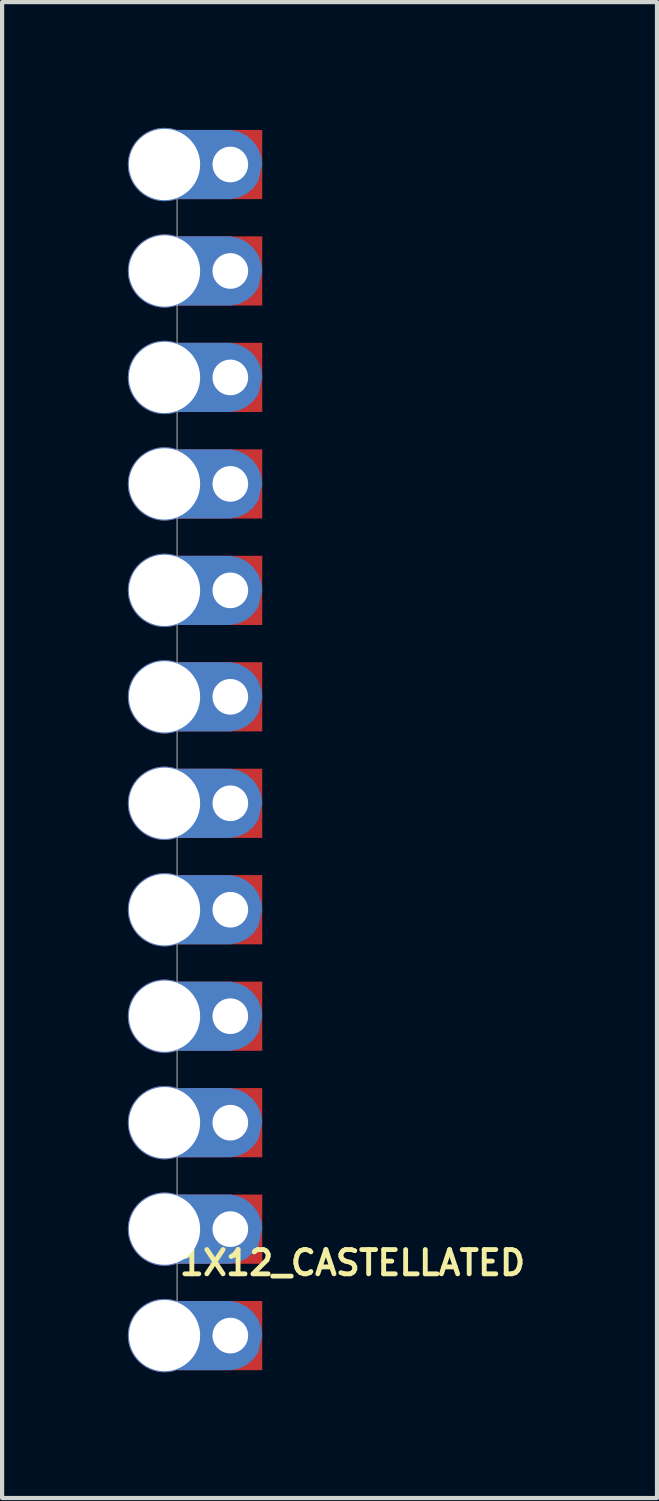
<source format=kicad_pcb>
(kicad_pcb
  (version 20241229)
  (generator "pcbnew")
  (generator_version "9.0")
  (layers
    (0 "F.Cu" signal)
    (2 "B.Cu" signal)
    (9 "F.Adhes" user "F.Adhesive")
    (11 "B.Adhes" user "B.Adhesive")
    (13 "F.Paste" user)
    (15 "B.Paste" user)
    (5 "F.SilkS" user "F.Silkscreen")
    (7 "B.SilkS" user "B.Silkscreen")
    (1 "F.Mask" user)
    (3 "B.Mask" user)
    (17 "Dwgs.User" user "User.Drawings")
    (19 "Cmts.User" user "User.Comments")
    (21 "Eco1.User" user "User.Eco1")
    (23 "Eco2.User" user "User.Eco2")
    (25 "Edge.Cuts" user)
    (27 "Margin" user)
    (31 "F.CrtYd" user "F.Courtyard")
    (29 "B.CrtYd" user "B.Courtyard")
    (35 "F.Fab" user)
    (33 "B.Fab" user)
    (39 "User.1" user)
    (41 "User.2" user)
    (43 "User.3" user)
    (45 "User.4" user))
  (footprint "1X12_CASTELLATED"
    (layer "F.Cu")
    (at 2.445 28.815)
    (property "Reference" "1X12_CASTELLATED" (at -1.27 -1.397 180) (layer "F.SilkS") (effects (font (size 0.579 0.579) (thickness 0.116)) (justify left bottom)))
    (attr through_hole)
    (fp_poly (pts (xy -1.27 -28.765) (xy 0.762 -28.765) (xy 0.762 -27.94) (xy 0.762 -27.114) (xy -1.27 -27.114)) (stroke (width 0) (type solid)) (fill yes) (layer "F.Cu"))
    (fp_poly (pts (xy -1.27 -26.226) (xy 0.762 -26.226) (xy 0.762 -25.4) (xy 0.762 -24.575) (xy -1.27 -24.575)) (stroke (width 0) (type solid)) (fill yes) (layer "F.Cu"))
    (fp_poly (pts (xy -1.27 -23.686) (xy 0.762 -23.686) (xy 0.762 -22.86) (xy 0.762 -22.035) (xy -1.27 -22.035)) (stroke (width 0) (type solid)) (fill yes) (layer "F.Cu"))
    (fp_poly (pts (xy -1.27 -21.145) (xy 0.762 -21.145) (xy 0.762 -20.32) (xy 0.762 -19.494) (xy -1.27 -19.494)) (stroke (width 0) (type solid)) (fill yes) (layer "F.Cu"))
    (fp_poly (pts (xy -1.27 -18.605) (xy 0.762 -18.605) (xy 0.762 -17.78) (xy 0.762 -16.954) (xy -1.27 -16.954)) (stroke (width 0) (type solid)) (fill yes) (layer "F.Cu"))
    (fp_poly (pts (xy -1.27 -16.066) (xy 0.762 -16.066) (xy 0.762 -15.24) (xy 0.762 -14.415) (xy -1.27 -14.415)) (stroke (width 0) (type solid)) (fill yes) (layer "F.Cu"))
    (fp_poly (pts (xy -1.27 -13.525) (xy 0.762 -13.525) (xy 0.762 -12.7) (xy 0.762 -11.874) (xy -1.27 -11.874)) (stroke (width 0) (type solid)) (fill yes) (layer "F.Cu"))
    (fp_poly (pts (xy -1.27 -10.986) (xy 0.762 -10.986) (xy 0.762 -10.16) (xy 0.762 -9.335) (xy -1.27 -9.335)) (stroke (width 0) (type solid)) (fill yes) (layer "F.Cu"))
    (fp_poly (pts (xy -1.27 -8.445) (xy 0.762 -8.445) (xy 0.762 -7.62) (xy 0.762 -6.795) (xy -1.27 -6.795)) (stroke (width 0) (type solid)) (fill yes) (layer "F.Cu"))
    (fp_poly (pts (xy -1.27 -5.905) (xy 0.762 -5.905) (xy 0.762 -5.08) (xy 0.762 -4.255) (xy -1.27 -4.255)) (stroke (width 0) (type solid)) (fill yes) (layer "F.Cu"))
    (fp_poly (pts (xy -1.27 -3.365) (xy 0.762 -3.365) (xy 0.762 -2.54) (xy 0.762 -1.714) (xy -1.27 -1.714)) (stroke (width 0) (type solid)) (fill yes) (layer "F.Cu"))
    (fp_poly (pts (xy -1.27 -0.826) (xy 0.762 -0.826) (xy 0.762 0) (xy 0.762 0.826) (xy -1.27 0.826)) (stroke (width 0) (type solid)) (fill yes) (layer "F.Cu"))
    (fp_poly (pts (xy -1.27 -28.765) (xy 0.762 -28.765) (xy 0.762 -27.94) (xy 0.762 -27.114) (xy -1.27 -27.114)) (stroke (width 0) (type solid)) (fill yes) (layer "F.Mask"))
    (fp_poly (pts (xy -1.27 -26.226) (xy 0.762 -26.226) (xy 0.762 -25.4) (xy 0.762 -24.575) (xy -1.27 -24.575)) (stroke (width 0) (type solid)) (fill yes) (layer "F.Mask"))
    (fp_poly (pts (xy -1.27 -23.686) (xy 0.762 -23.686) (xy 0.762 -22.86) (xy 0.762 -22.035) (xy -1.27 -22.035)) (stroke (width 0) (type solid)) (fill yes) (layer "F.Mask"))
    (fp_poly (pts (xy -1.27 -21.145) (xy 0.762 -21.145) (xy 0.762 -20.32) (xy 0.762 -19.494) (xy -1.27 -19.494)) (stroke (width 0) (type solid)) (fill yes) (layer "F.Mask"))
    (fp_poly (pts (xy -1.27 -18.605) (xy 0.762 -18.605) (xy 0.762 -17.78) (xy 0.762 -16.954) (xy -1.27 -16.954)) (stroke (width 0) (type solid)) (fill yes) (layer "F.Mask"))
    (fp_poly (pts (xy -1.27 -16.066) (xy 0.762 -16.066) (xy 0.762 -15.24) (xy 0.762 -14.415) (xy -1.27 -14.415)) (stroke (width 0) (type solid)) (fill yes) (layer "F.Mask"))
    (fp_poly (pts (xy -1.27 -13.525) (xy 0.762 -13.525) (xy 0.762 -12.7) (xy 0.762 -11.874) (xy -1.27 -11.874)) (stroke (width 0) (type solid)) (fill yes) (layer "F.Mask"))
    (fp_poly (pts (xy -1.27 -10.986) (xy 0.762 -10.986) (xy 0.762 -10.16) (xy 0.762 -9.335) (xy -1.27 -9.335)) (stroke (width 0) (type solid)) (fill yes) (layer "F.Mask"))
    (fp_poly (pts (xy -1.27 -8.445) (xy 0.762 -8.445) (xy 0.762 -7.62) (xy 0.762 -6.795) (xy -1.27 -6.795)) (stroke (width 0) (type solid)) (fill yes) (layer "F.Mask"))
    (fp_poly (pts (xy -1.27 -5.905) (xy 0.762 -5.905) (xy 0.762 -5.08) (xy 0.762 -4.255) (xy -1.27 -4.255)) (stroke (width 0) (type solid)) (fill yes) (layer "F.Mask"))
    (fp_poly (pts (xy -1.27 -3.365) (xy 0.762 -3.365) (xy 0.762 -2.54) (xy 0.762 -1.714) (xy -1.27 -1.714)) (stroke (width 0) (type solid)) (fill yes) (layer "F.Mask"))
    (fp_poly (pts (xy -1.27 -0.826) (xy 0.762 -0.826) (xy 0.762 0) (xy 0.762 0.826) (xy -1.27 0.826)) (stroke (width 0) (type solid)) (fill yes) (layer "F.Mask"))
    (fp_poly (pts (xy -1.27 -27.114) (xy 0 -27.114) (xy 0.000001 -27.114) (xy 0.202 -27.154) (xy 0.388 -27.242) (xy 0.546 -27.375) (xy 0.666 -27.543) (xy 0.762 -27.94) (xy 0.735 -28.143) (xy 0.659 -28.333) (xy 0.54 -28.499) (xy 0.384 -28.632) (xy 0.2 -28.722) (xy 0 -28.765) (xy -1.27 -28.765)) (stroke (width 0) (type solid)) (fill yes) (layer "B.Cu"))
    (fp_poly (pts (xy -1.27 -24.575) (xy 0 -24.575) (xy 0.000001 -24.575) (xy 0.202 -24.614) (xy 0.388 -24.702) (xy 0.546 -24.835) (xy 0.666 -25.003) (xy 0.762 -25.4) (xy 0.735 -25.603) (xy 0.659 -25.793) (xy 0.54 -25.959) (xy 0.384 -26.092) (xy 0.2 -26.182) (xy 0 -26.226) (xy -1.27 -26.226)) (stroke (width 0) (type solid)) (fill yes) (layer "B.Cu"))
    (fp_poly (pts (xy -1.27 -22.035) (xy 0 -22.035) (xy 0.000001 -22.035) (xy 0.202 -22.074) (xy 0.388 -22.162) (xy 0.546 -22.295) (xy 0.666 -22.463) (xy 0.762 -22.86) (xy 0.735 -23.063) (xy 0.659 -23.253) (xy 0.54 -23.419) (xy 0.384 -23.552) (xy 0.2 -23.642) (xy 0 -23.686) (xy -1.27 -23.686)) (stroke (width 0) (type solid)) (fill yes) (layer "B.Cu"))
    (fp_poly (pts (xy -1.27 -19.494) (xy 0 -19.494) (xy 0.000001 -19.494) (xy 0.202 -19.534) (xy 0.388 -19.622) (xy 0.546 -19.755) (xy 0.666 -19.923) (xy 0.762 -20.32) (xy 0.735 -20.523) (xy 0.659 -20.713) (xy 0.54 -20.879) (xy 0.384 -21.012) (xy 0.2 -21.102) (xy 0 -21.145) (xy -1.27 -21.145)) (stroke (width 0) (type solid)) (fill yes) (layer "B.Cu"))
    (fp_poly (pts (xy -1.27 -16.954) (xy 0 -16.954) (xy 0.000001 -16.954) (xy 0.202 -16.994) (xy 0.388 -17.082) (xy 0.546 -17.215) (xy 0.666 -17.383) (xy 0.762 -17.78) (xy 0.735 -17.983) (xy 0.659 -18.173) (xy 0.54 -18.339) (xy 0.384 -18.472) (xy 0.2 -18.562) (xy 0 -18.605) (xy -1.27 -18.605)) (stroke (width 0) (type solid)) (fill yes) (layer "B.Cu"))
    (fp_poly (pts (xy -1.27 -14.415) (xy 0 -14.415) (xy 0.000001 -14.415) (xy 0.202 -14.454) (xy 0.388 -14.542) (xy 0.546 -14.675) (xy 0.666 -14.843) (xy 0.762 -15.24) (xy 0.735 -15.443) (xy 0.659 -15.633) (xy 0.54 -15.799) (xy 0.384 -15.932) (xy 0.2 -16.022) (xy 0 -16.066) (xy -1.27 -16.066)) (stroke (width 0) (type solid)) (fill yes) (layer "B.Cu"))
    (fp_poly (pts (xy -1.27 -11.874) (xy 0 -11.874) (xy 0.000001 -11.874) (xy 0.202 -11.914) (xy 0.388 -12.002) (xy 0.546 -12.135) (xy 0.666 -12.303) (xy 0.762 -12.7) (xy 0.735 -12.903) (xy 0.659 -13.093) (xy 0.54 -13.259) (xy 0.384 -13.392) (xy 0.2 -13.482) (xy 0 -13.525) (xy -1.27 -13.525)) (stroke (width 0) (type solid)) (fill yes) (layer "B.Cu"))
    (fp_poly (pts (xy -1.27 -9.335) (xy 0 -9.335) (xy 0.000001 -9.335) (xy 0.202 -9.374) (xy 0.388 -9.462) (xy 0.546 -9.595) (xy 0.666 -9.763) (xy 0.762 -10.16) (xy 0.735 -10.363) (xy 0.659 -10.553) (xy 0.54 -10.719) (xy 0.384 -10.852) (xy 0.2 -10.942) (xy 0 -10.986) (xy -1.27 -10.986)) (stroke (width 0) (type solid)) (fill yes) (layer "B.Cu"))
    (fp_poly (pts (xy -1.27 -6.795) (xy 0 -6.795) (xy 0.000001 -6.795) (xy 0.202 -6.834) (xy 0.388 -6.922) (xy 0.546 -7.055) (xy 0.666 -7.223) (xy 0.762 -7.62) (xy 0.735 -7.823) (xy 0.659 -8.013) (xy 0.54 -8.179) (xy 0.384 -8.312) (xy 0.2 -8.402) (xy 0 -8.445) (xy -1.27 -8.445)) (stroke (width 0) (type solid)) (fill yes) (layer "B.Cu"))
    (fp_poly (pts (xy -1.27 -4.255) (xy 0 -4.255) (xy 0.000001 -4.255) (xy 0.202 -4.294) (xy 0.388 -4.382) (xy 0.546 -4.515) (xy 0.666 -4.683) (xy 0.762 -5.08) (xy 0.735 -5.283) (xy 0.659 -5.473) (xy 0.54 -5.639) (xy 0.384 -5.772) (xy 0.2 -5.862) (xy 0 -5.905) (xy -1.27 -5.905)) (stroke (width 0) (type solid)) (fill yes) (layer "B.Cu"))
    (fp_poly (pts (xy -1.27 -1.714) (xy 0 -1.714) (xy 0.000001 -1.714) (xy 0.202 -1.754) (xy 0.388 -1.842) (xy 0.546 -1.975) (xy 0.666 -2.143) (xy 0.762 -2.54) (xy 0.735 -2.743) (xy 0.659 -2.933) (xy 0.54 -3.099) (xy 0.384 -3.232) (xy 0.2 -3.322) (xy 0 -3.365) (xy -1.27 -3.365)) (stroke (width 0) (type solid)) (fill yes) (layer "B.Cu"))
    (fp_poly (pts (xy -1.27 0.826) (xy 0 0.826) (xy 0.000001 0.826) (xy 0.202 0.786) (xy 0.388 0.698) (xy 0.546 0.565) (xy 0.666 0.397) (xy 0.762 0) (xy 0.762 -0.000001) (xy 0.735 -0.203) (xy 0.659 -0.393) (xy 0.54 -0.559) (xy 0.384 -0.692) (xy 0.2 -0.782) (xy 0 -0.826) (xy -1.27 -0.826)) (stroke (width 0) (type solid)) (fill yes) (layer "B.Cu"))
    (fp_poly (pts (xy -1.27 -27.114) (xy 0 -27.114) (xy 0.000001 -27.114) (xy 0.202 -27.154) (xy 0.388 -27.242) (xy 0.546 -27.375) (xy 0.666 -27.543) (xy 0.762 -27.94) (xy 0.735 -28.143) (xy 0.659 -28.333) (xy 0.54 -28.499) (xy 0.384 -28.632) (xy 0.2 -28.722) (xy 0 -28.765) (xy -1.27 -28.765)) (stroke (width 0) (type solid)) (fill yes) (layer "B.Mask"))
    (fp_poly (pts (xy -1.27 -24.575) (xy 0 -24.575) (xy 0.000001 -24.575) (xy 0.202 -24.614) (xy 0.388 -24.702) (xy 0.546 -24.835) (xy 0.666 -25.003) (xy 0.762 -25.4) (xy 0.735 -25.603) (xy 0.659 -25.793) (xy 0.54 -25.959) (xy 0.384 -26.092) (xy 0.2 -26.182) (xy 0 -26.226) (xy -1.27 -26.226)) (stroke (width 0) (type solid)) (fill yes) (layer "B.Mask"))
    (fp_poly (pts (xy -1.27 -22.035) (xy 0 -22.035) (xy 0.000001 -22.035) (xy 0.202 -22.074) (xy 0.388 -22.162) (xy 0.546 -22.295) (xy 0.666 -22.463) (xy 0.762 -22.86) (xy 0.735 -23.063) (xy 0.659 -23.253) (xy 0.54 -23.419) (xy 0.384 -23.552) (xy 0.2 -23.642) (xy 0 -23.686) (xy -1.27 -23.686)) (stroke (width 0) (type solid)) (fill yes) (layer "B.Mask"))
    (fp_poly (pts (xy -1.27 -19.494) (xy 0 -19.494) (xy 0.000001 -19.494) (xy 0.202 -19.534) (xy 0.388 -19.622) (xy 0.546 -19.755) (xy 0.666 -19.923) (xy 0.762 -20.32) (xy 0.735 -20.523) (xy 0.659 -20.713) (xy 0.54 -20.879) (xy 0.384 -21.012) (xy 0.2 -21.102) (xy 0 -21.145) (xy -1.27 -21.145)) (stroke (width 0) (type solid)) (fill yes) (layer "B.Mask"))
    (fp_poly (pts (xy -1.27 -16.954) (xy 0 -16.954) (xy 0.000001 -16.954) (xy 0.202 -16.994) (xy 0.388 -17.082) (xy 0.546 -17.215) (xy 0.666 -17.383) (xy 0.762 -17.78) (xy 0.735 -17.983) (xy 0.659 -18.173) (xy 0.54 -18.339) (xy 0.384 -18.472) (xy 0.2 -18.562) (xy 0 -18.605) (xy -1.27 -18.605)) (stroke (width 0) (type solid)) (fill yes) (layer "B.Mask"))
    (fp_poly (pts (xy -1.27 -14.415) (xy 0 -14.415) (xy 0.000001 -14.415) (xy 0.202 -14.454) (xy 0.388 -14.542) (xy 0.546 -14.675) (xy 0.666 -14.843) (xy 0.762 -15.24) (xy 0.735 -15.443) (xy 0.659 -15.633) (xy 0.54 -15.799) (xy 0.384 -15.932) (xy 0.2 -16.022) (xy 0 -16.066) (xy -1.27 -16.066)) (stroke (width 0) (type solid)) (fill yes) (layer "B.Mask"))
    (fp_poly (pts (xy -1.27 -11.874) (xy 0 -11.874) (xy 0.000001 -11.874) (xy 0.202 -11.914) (xy 0.388 -12.002) (xy 0.546 -12.135) (xy 0.666 -12.303) (xy 0.762 -12.7) (xy 0.735 -12.903) (xy 0.659 -13.093) (xy 0.54 -13.259) (xy 0.384 -13.392) (xy 0.2 -13.482) (xy 0 -13.525) (xy -1.27 -13.525)) (stroke (width 0) (type solid)) (fill yes) (layer "B.Mask"))
    (fp_poly (pts (xy -1.27 -9.335) (xy 0 -9.335) (xy 0.000001 -9.335) (xy 0.202 -9.374) (xy 0.388 -9.462) (xy 0.546 -9.595) (xy 0.666 -9.763) (xy 0.762 -10.16) (xy 0.735 -10.363) (xy 0.659 -10.553) (xy 0.54 -10.719) (xy 0.384 -10.852) (xy 0.2 -10.942) (xy 0 -10.986) (xy -1.27 -10.986)) (stroke (width 0) (type solid)) (fill yes) (layer "B.Mask"))
    (fp_poly (pts (xy -1.27 -6.795) (xy 0 -6.795) (xy 0.000001 -6.795) (xy 0.202 -6.834) (xy 0.388 -6.922) (xy 0.546 -7.055) (xy 0.666 -7.223) (xy 0.762 -7.62) (xy 0.735 -7.823) (xy 0.659 -8.013) (xy 0.54 -8.179) (xy 0.384 -8.312) (xy 0.2 -8.402) (xy 0 -8.445) (xy -1.27 -8.445)) (stroke (width 0) (type solid)) (fill yes) (layer "B.Mask"))
    (fp_poly (pts (xy -1.27 -4.255) (xy 0 -4.255) (xy 0.000001 -4.255) (xy 0.202 -4.294) (xy 0.388 -4.382) (xy 0.546 -4.515) (xy 0.666 -4.683) (xy 0.762 -5.08) (xy 0.735 -5.283) (xy 0.659 -5.473) (xy 0.54 -5.639) (xy 0.384 -5.772) (xy 0.2 -5.862) (xy 0 -5.905) (xy -1.27 -5.905)) (stroke (width 0) (type solid)) (fill yes) (layer "B.Mask"))
    (fp_poly (pts (xy -1.27 -1.714) (xy 0 -1.714) (xy 0.000001 -1.714) (xy 0.202 -1.754) (xy 0.388 -1.842) (xy 0.546 -1.975) (xy 0.666 -2.143) (xy 0.762 -2.54) (xy 0.735 -2.743) (xy 0.659 -2.933) (xy 0.54 -3.099) (xy 0.384 -3.232) (xy 0.2 -3.322) (xy 0 -3.365) (xy -1.27 -3.365)) (stroke (width 0) (type solid)) (fill yes) (layer "B.Mask"))
    (fp_poly (pts (xy -1.27 0.826) (xy 0 0.826) (xy 0.000001 0.826) (xy 0.202 0.786) (xy 0.388 0.698) (xy 0.546 0.565) (xy 0.666 0.397) (xy 0.762 0) (xy 0.762 -0.000001) (xy 0.735 -0.203) (xy 0.659 -0.393) (xy 0.54 -0.559) (xy 0.384 -0.692) (xy 0.2 -0.782) (xy 0 -0.826) (xy -1.27 -0.826)) (stroke (width 0) (type solid)) (fill yes) (layer "B.Mask"))
    (fp_line (start -1.27 0) (end -1.27 -27.94) (stroke (width 0.025) (type solid)) (layer "F.Fab"))
    (fp_poly (pts (xy 0.254 -27.686) (xy 0.254 -28.194) (xy -0.254 -28.194) (xy -0.254 -27.686)) (stroke (width 0.1) (type solid)) (fill no) (layer "F.Fab"))
    (fp_poly (pts (xy 0.254 -25.146) (xy 0.254 -25.654) (xy -0.254 -25.654) (xy -0.254 -25.146)) (stroke (width 0.1) (type solid)) (fill no) (layer "F.Fab"))
    (fp_poly (pts (xy 0.254 -22.606) (xy 0.254 -23.114) (xy -0.254 -23.114) (xy -0.254 -22.606)) (stroke (width 0.1) (type solid)) (fill no) (layer "F.Fab"))
    (fp_poly (pts (xy 0.254 -20.066) (xy 0.254 -20.574) (xy -0.254 -20.574) (xy -0.254 -20.066)) (stroke (width 0.1) (type solid)) (fill no) (layer "F.Fab"))
    (fp_poly (pts (xy 0.254 -17.526) (xy 0.254 -18.034) (xy -0.254 -18.034) (xy -0.254 -17.526)) (stroke (width 0.1) (type solid)) (fill no) (layer "F.Fab"))
    (fp_poly (pts (xy 0.254 -14.986) (xy 0.254 -15.494) (xy -0.254 -15.494) (xy -0.254 -14.986)) (stroke (width 0.1) (type solid)) (fill no) (layer "F.Fab"))
    (fp_poly (pts (xy 0.254 -12.446) (xy 0.254 -12.954) (xy -0.254 -12.954) (xy -0.254 -12.446)) (stroke (width 0.1) (type solid)) (fill no) (layer "F.Fab"))
    (fp_poly (pts (xy 0.254 -9.906) (xy 0.254 -10.414) (xy -0.254 -10.414) (xy -0.254 -9.906)) (stroke (width 0.1) (type solid)) (fill no) (layer "F.Fab"))
    (fp_poly (pts (xy 0.254 -7.366) (xy 0.254 -7.874) (xy -0.254 -7.874) (xy -0.254 -7.366)) (stroke (width 0.1) (type solid)) (fill no) (layer "F.Fab"))
    (fp_poly (pts (xy 0.254 -4.826) (xy 0.254 -5.334) (xy -0.254 -5.334) (xy -0.254 -4.826)) (stroke (width 0.1) (type solid)) (fill no) (layer "F.Fab"))
    (fp_poly (pts (xy 0.254 -2.286) (xy 0.254 -2.794) (xy -0.254 -2.794) (xy -0.254 -2.286)) (stroke (width 0.1) (type solid)) (fill no) (layer "F.Fab"))
    (fp_poly (pts (xy 0.254 0.254) (xy 0.254 -0.254) (xy -0.254 -0.254) (xy -0.254 0.254)) (stroke (width 0.1) (type solid)) (fill no) (layer "F.Fab"))
    (pad "1" thru_hole circle (at 0 0 180) (size 1.016 1.016) (drill 0.85) (layers "*.Cu" "*.Mask"))
    (pad "1B" thru_hole circle (at -1.57 0) (size 1.75 1.75) (drill 1.7) (layers "*.Cu" "*.Mask"))
    (pad "2" thru_hole circle (at 0 -2.54 180) (size 1.016 1.016) (drill 0.85) (layers "*.Cu" "*.Mask"))
    (pad "2B" thru_hole circle (at -1.57 -2.54) (size 1.75 1.75) (drill 1.7) (layers "*.Cu" "*.Mask"))
    (pad "3" thru_hole circle (at 0 -5.08 180) (size 1.016 1.016) (drill 0.85) (layers "*.Cu" "*.Mask"))
    (pad "3B" thru_hole circle (at -1.57 -5.08) (size 1.75 1.75) (drill 1.7) (layers "*.Cu" "*.Mask"))
    (pad "4" thru_hole circle (at 0 -7.62 180) (size 1.016 1.016) (drill 0.85) (layers "*.Cu" "*.Mask"))
    (pad "4B" thru_hole circle (at -1.57 -7.62) (size 1.75 1.75) (drill 1.7) (layers "*.Cu" "*.Mask"))
    (pad "5" thru_hole circle (at 0 -10.16 180) (size 1.016 1.016) (drill 0.85) (layers "*.Cu" "*.Mask"))
    (pad "5B" thru_hole circle (at -1.57 -10.16) (size 1.75 1.75) (drill 1.7) (layers "*.Cu" "*.Mask"))
    (pad "6" thru_hole circle (at 0 -12.7 180) (size 1.016 1.016) (drill 0.85) (layers "*.Cu" "*.Mask"))
    (pad "6B" thru_hole circle (at -1.57 -12.7) (size 1.75 1.75) (drill 1.7) (layers "*.Cu" "*.Mask"))
    (pad "7" thru_hole circle (at 0 -15.24 180) (size 1.016 1.016) (drill 0.85) (layers "*.Cu" "*.Mask"))
    (pad "7B" thru_hole circle (at -1.57 -15.24) (size 1.75 1.75) (drill 1.7) (layers "*.Cu" "*.Mask"))
    (pad "8" thru_hole circle (at 0 -17.78 180) (size 1.016 1.016) (drill 0.85) (layers "*.Cu" "*.Mask"))
    (pad "8B" thru_hole circle (at -1.57 -17.78) (size 1.75 1.75) (drill 1.7) (layers "*.Cu" "*.Mask"))
    (pad "9" thru_hole circle (at 0 -20.32 180) (size 1.016 1.016) (drill 0.85) (layers "*.Cu" "*.Mask"))
    (pad "9B" thru_hole circle (at -1.57 -20.32) (size 1.75 1.75) (drill 1.7) (layers "*.Cu" "*.Mask"))
    (pad "10" thru_hole circle (at 0 -22.86 180) (size 1.016 1.016) (drill 0.85) (layers "*.Cu" "*.Mask"))
    (pad "10B" thru_hole circle (at -1.57 -22.86) (size 1.75 1.75) (drill 1.7) (layers "*.Cu" "*.Mask"))
    (pad "11" thru_hole circle (at 0 -25.4 180) (size 1.016 1.016) (drill 0.85) (layers "*.Cu" "*.Mask"))
    (pad "11B" thru_hole circle (at -1.57 -25.4) (size 1.75 1.75) (drill 1.7) (layers "*.Cu" "*.Mask"))
    (pad "12" thru_hole circle (at 0 -27.94 180) (size 1.016 1.016) (drill 0.85) (layers "*.Cu" "*.Mask"))
    (pad "12B" thru_hole circle (at -1.57 -27.94) (size 1.75 1.75) (drill 1.7) (layers "*.Cu" "*.Mask")))
  (gr_rect
    (start -3 -3)
    (end 12.625 32.69)
    (stroke (width 0.1) (type default))
    (fill no)
    (layer "Edge.Cuts")))
</source>
